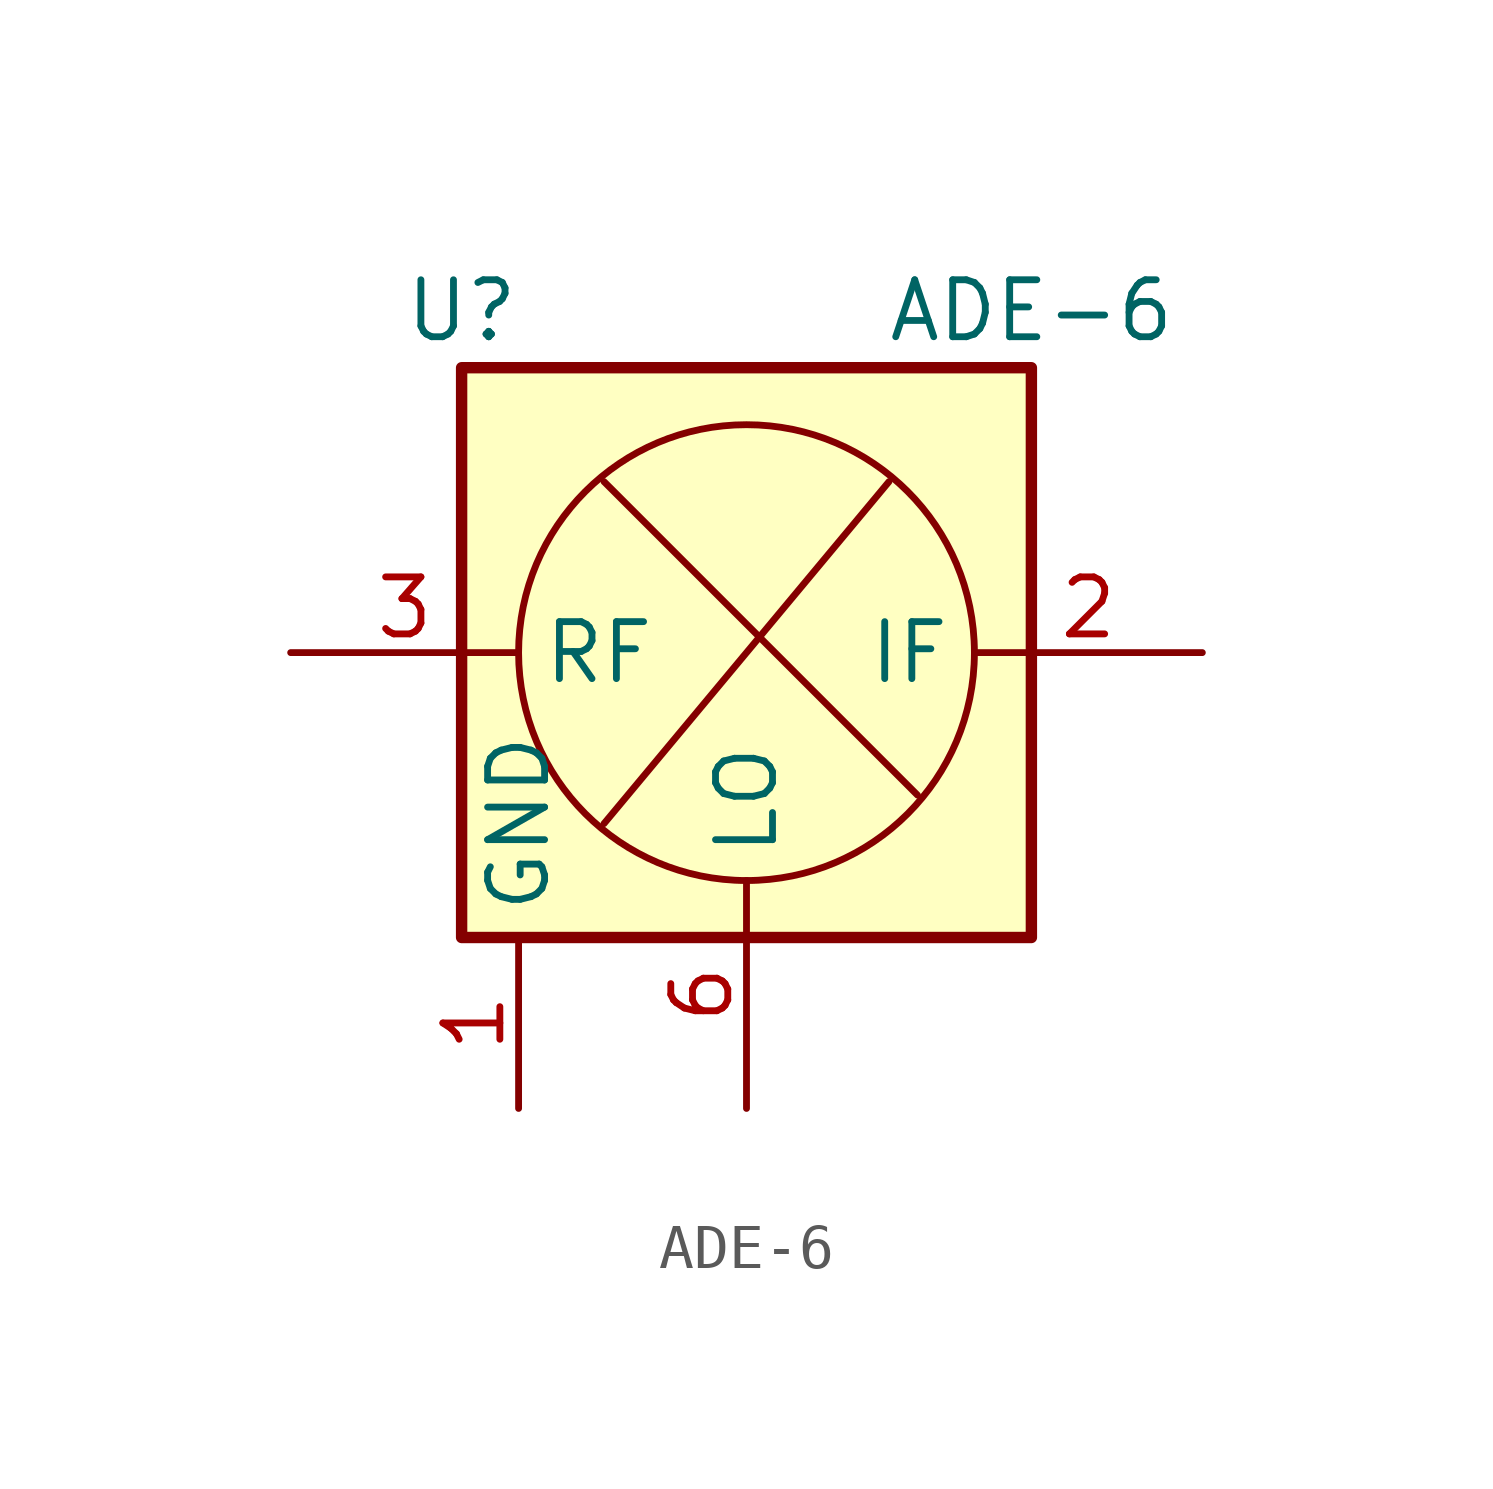
<source format=kicad_sym>
(kicad_symbol_lib
  (version 20241209)
  (generator "kicad_symbol_editor")
  (generator_version "9.0")
  (symbol "ADE-6"
    (property "Reference" "U"
      (at -6.35 7.62 0)
      (effects (font (size 1.27 1.27))))
    (property "Value" "ADE-6"
      (at 6.35 7.62 0)
      (effects (font (size 1.27 1.27))))
    (symbol "ADE-6_0_1"
      (rectangle (start -6.35 6.35) (end 6.35 -6.35) (stroke (width 0.254) (type default)) (fill (type background)))
      (polyline (pts (xy -3.175 -3.81) (xy 3.175 3.81)) (stroke (width 0) (type default)) (fill (type none)))
      (circle (center 0 0) (radius 5.08) (stroke (width 0) (type default)) (fill (type none)))
      (polyline (pts (xy 3.81 -3.175) (xy -3.175 3.81)) (stroke (width 0) (type default)) (fill (type none))))
    (symbol "ADE-6_1_1"
      (pin input line (at -10.16 0 0) (length 5.08) (name "RF" (effects (font (size 1.27 1.27)))) (number "3" (effects (font (size 1.27 1.27)))))
      (pin power_in line (at -5.08 -10.16 90) (length 3.81) (name "GND" (effects (font (size 1.27 1.27)))) (number "1" (effects (font (size 1.27 1.27)))))
      (pin passive line (at -5.08 -10.16 90) (length 3.81) (hide yes) (name "GND" (effects (font (size 1.27 1.27)))) (number "4" (effects (font (size 1.27 1.27)))))
      (pin passive line (at -5.08 -10.16 90) (length 3.81) (hide yes) (name "GND" (effects (font (size 1.27 1.27)))) (number "5" (effects (font (size 1.27 1.27)))))
      (pin input line (at 0 -10.16 90) (length 5.08) (name "LO" (effects (font (size 1.27 1.27)))) (number "6" (effects (font (size 1.27 1.27)))))
      (pin output line (at 10.16 0 180) (length 5.08) (name "IF" (effects (font (size 1.27 1.27)))) (number "2" (effects (font (size 1.27 1.27))))))))
</source>
